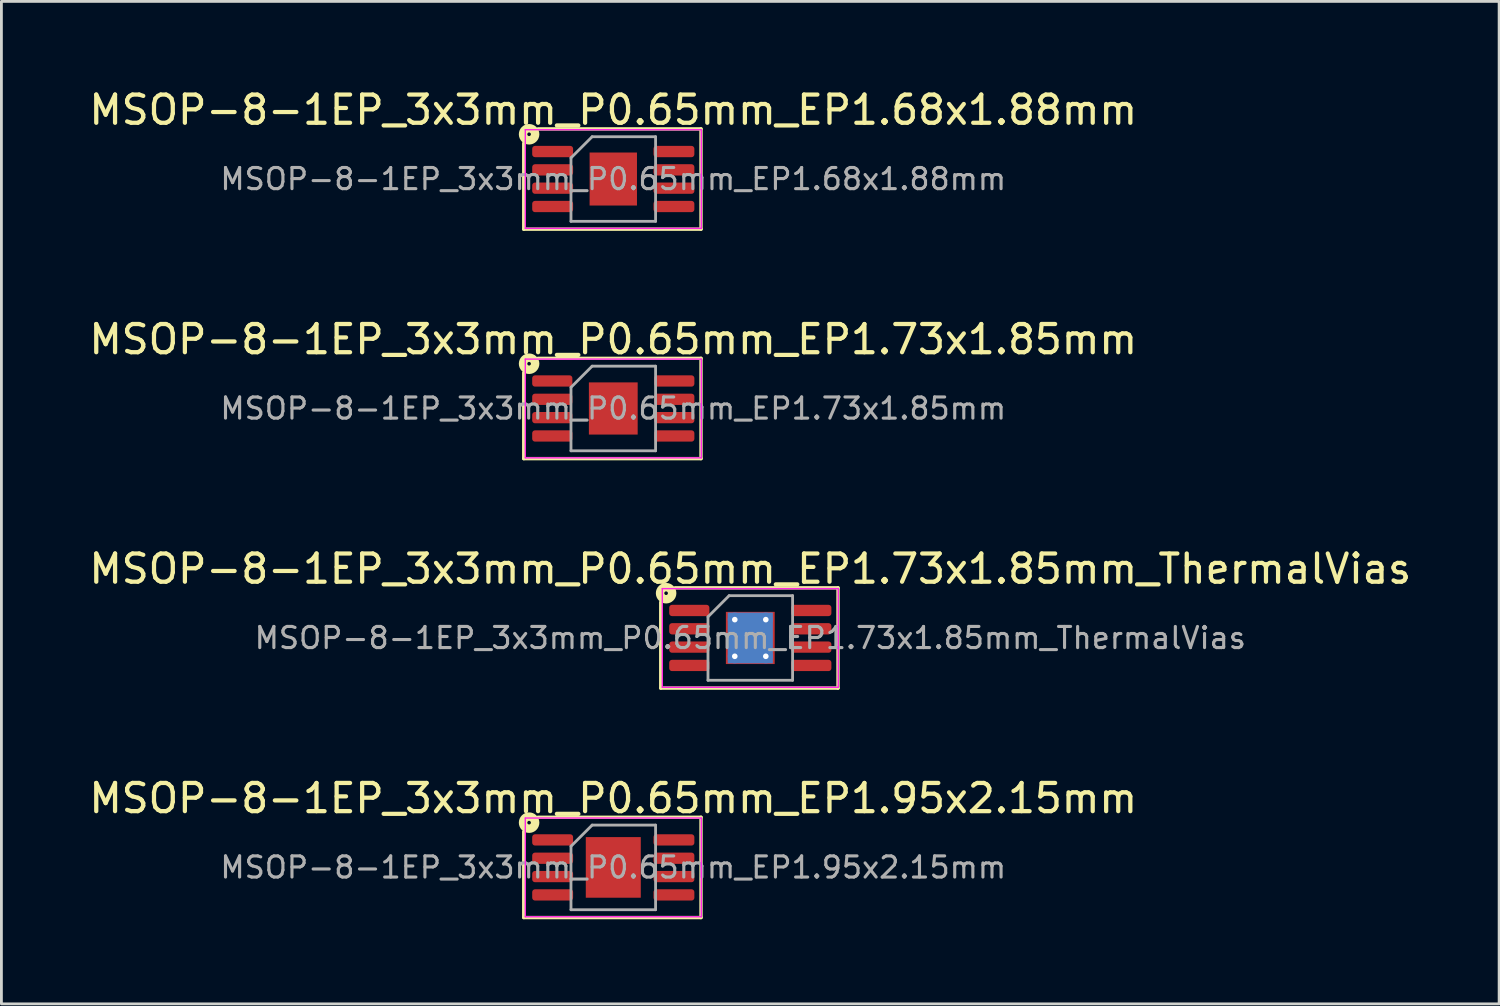
<source format=kicad_pcb>
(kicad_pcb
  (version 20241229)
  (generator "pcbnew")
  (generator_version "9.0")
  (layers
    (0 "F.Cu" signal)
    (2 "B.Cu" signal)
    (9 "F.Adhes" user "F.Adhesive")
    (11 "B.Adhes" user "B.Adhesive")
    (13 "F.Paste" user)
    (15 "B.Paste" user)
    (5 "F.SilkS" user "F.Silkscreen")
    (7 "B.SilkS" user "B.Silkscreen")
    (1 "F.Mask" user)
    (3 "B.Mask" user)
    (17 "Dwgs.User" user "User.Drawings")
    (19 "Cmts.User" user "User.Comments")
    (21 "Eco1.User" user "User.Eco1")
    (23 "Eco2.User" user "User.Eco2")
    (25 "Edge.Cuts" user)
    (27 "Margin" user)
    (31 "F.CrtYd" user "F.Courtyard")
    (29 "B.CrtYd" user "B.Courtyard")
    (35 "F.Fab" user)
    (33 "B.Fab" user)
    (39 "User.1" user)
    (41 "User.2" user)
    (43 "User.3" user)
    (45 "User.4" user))
  (footprint "MSOP-8-1EP_3x3mm_P0.65mm_EP1.95x2.15mm"
    (layer "F.Cu")
    (at 18.696 27.707)
    (property "Reference" "MSOP-8-1EP_3x3mm_P0.65mm_EP1.95x2.15mm" (at 0 -2.45 0) (layer "F.SilkS") (effects (font (size 1 1) (thickness 0.15))))
    (attr smd)
    (fp_line (start -3.175 1.778) (end -3.175 -1.27) (stroke (width 0.12) (type solid)) (layer "F.SilkS"))
    (fp_line (start -2.667 -1.778) (end 3.111 -1.778) (stroke (width 0.12) (type solid)) (layer "F.SilkS"))
    (fp_line (start 3.111 -1.778) (end 3.111 1.778) (stroke (width 0.12) (type solid)) (layer "F.SilkS"))
    (fp_line (start 3.111 1.778) (end -3.175 1.778) (stroke (width 0.12) (type solid)) (layer "F.SilkS"))
    (fp_circle (center -2.985 -1.587) (end -2.921 -1.587) (stroke (width 0.3) (type solid)) (fill no) (layer "F.SilkS"))
    (fp_line (start -3.12 -1.75) (end -3.12 1.75) (stroke (width 0.05) (type solid)) (layer "F.CrtYd"))
    (fp_line (start -3.12 1.75) (end 3.12 1.75) (stroke (width 0.05) (type solid)) (layer "F.CrtYd"))
    (fp_line (start 3.12 -1.75) (end -3.12 -1.75) (stroke (width 0.05) (type solid)) (layer "F.CrtYd"))
    (fp_line (start 3.12 1.75) (end 3.12 -1.75) (stroke (width 0.05) (type solid)) (layer "F.CrtYd"))
    (fp_line (start -1.5 -0.75) (end -0.75 -1.5) (stroke (width 0.1) (type solid)) (layer "F.Fab"))
    (fp_line (start -1.5 1.5) (end -1.5 -0.75) (stroke (width 0.1) (type solid)) (layer "F.Fab"))
    (fp_line (start -0.75 -1.5) (end 1.5 -1.5) (stroke (width 0.1) (type solid)) (layer "F.Fab"))
    (fp_line (start 1.5 -1.5) (end 1.5 1.5) (stroke (width 0.1) (type solid)) (layer "F.Fab"))
    (fp_line (start 1.5 1.5) (end -1.5 1.5) (stroke (width 0.1) (type solid)) (layer "F.Fab"))
    (fp_text user "${REFERENCE}" (at 0 0 0) (layer "F.Fab") (effects (font (size 0.75 0.75) (thickness 0.11))))
    (pad "" smd roundrect (at -0.49 -0.54) (size 0.79 0.87) (layers "F.Paste") (roundrect_rratio 0.25))
    (pad "" smd roundrect (at -0.49 0.54) (size 0.79 0.87) (layers "F.Paste") (roundrect_rratio 0.25))
    (pad "" smd roundrect (at 0.49 -0.54) (size 0.79 0.87) (layers "F.Paste") (roundrect_rratio 0.25))
    (pad "" smd roundrect (at 0.49 0.54) (size 0.79 0.87) (layers "F.Paste") (roundrect_rratio 0.25))
    (pad "1" smd roundrect (at -2.15 -0.975) (size 1.45 0.4) (layers "F.Cu" "F.Mask" "F.Paste") (roundrect_rratio 0.25))
    (pad "2" smd roundrect (at -2.15 -0.325) (size 1.45 0.4) (layers "F.Cu" "F.Mask" "F.Paste") (roundrect_rratio 0.25))
    (pad "3" smd roundrect (at -2.15 0.325) (size 1.45 0.4) (layers "F.Cu" "F.Mask" "F.Paste") (roundrect_rratio 0.25))
    (pad "4" smd roundrect (at -2.15 0.975) (size 1.45 0.4) (layers "F.Cu" "F.Mask" "F.Paste") (roundrect_rratio 0.25))
    (pad "5" smd roundrect (at 2.15 0.975) (size 1.45 0.4) (layers "F.Cu" "F.Mask" "F.Paste") (roundrect_rratio 0.25))
    (pad "6" smd roundrect (at 2.15 0.325) (size 1.45 0.4) (layers "F.Cu" "F.Mask" "F.Paste") (roundrect_rratio 0.25))
    (pad "7" smd roundrect (at 2.15 -0.325) (size 1.45 0.4) (layers "F.Cu" "F.Mask" "F.Paste") (roundrect_rratio 0.25))
    (pad "8" smd roundrect (at 2.15 -0.975) (size 1.45 0.4) (layers "F.Cu" "F.Mask" "F.Paste") (roundrect_rratio 0.25))
    (pad "9" smd rect (at 0 0) (size 1.95 2.15) (layers "F.Cu" "F.Mask")))
  (footprint "MSOP-8-1EP_3x3mm_P0.65mm_EP1.73x1.85mm_ThermalVias"
    (layer "F.Cu")
    (at 23.554 19.571)
    (property "Reference" "MSOP-8-1EP_3x3mm_P0.65mm_EP1.73x1.85mm_ThermalVias" (at 0 -2.45 0) (layer "F.SilkS") (effects (font (size 1 1) (thickness 0.15))))
    (attr smd)
    (fp_line (start -3.175 1.778) (end -3.175 -1.27) (stroke (width 0.12) (type solid)) (layer "F.SilkS"))
    (fp_line (start -2.667 -1.778) (end 3.111 -1.778) (stroke (width 0.12) (type solid)) (layer "F.SilkS"))
    (fp_line (start 3.111 -1.778) (end 3.111 1.778) (stroke (width 0.12) (type solid)) (layer "F.SilkS"))
    (fp_line (start 3.111 1.778) (end -3.175 1.778) (stroke (width 0.12) (type solid)) (layer "F.SilkS"))
    (fp_circle (center -2.985 -1.587) (end -2.921 -1.587) (stroke (width 0.3) (type solid)) (fill no) (layer "F.SilkS"))
    (fp_line (start -3.12 -1.75) (end -3.12 1.75) (stroke (width 0.05) (type solid)) (layer "F.CrtYd"))
    (fp_line (start -3.12 1.75) (end 3.12 1.75) (stroke (width 0.05) (type solid)) (layer "F.CrtYd"))
    (fp_line (start 3.12 -1.75) (end -3.12 -1.75) (stroke (width 0.05) (type solid)) (layer "F.CrtYd"))
    (fp_line (start 3.12 1.75) (end 3.12 -1.75) (stroke (width 0.05) (type solid)) (layer "F.CrtYd"))
    (fp_line (start -1.5 -0.75) (end -0.75 -1.5) (stroke (width 0.1) (type solid)) (layer "F.Fab"))
    (fp_line (start -1.5 1.5) (end -1.5 -0.75) (stroke (width 0.1) (type solid)) (layer "F.Fab"))
    (fp_line (start -0.75 -1.5) (end 1.5 -1.5) (stroke (width 0.1) (type solid)) (layer "F.Fab"))
    (fp_line (start 1.5 -1.5) (end 1.5 1.5) (stroke (width 0.1) (type solid)) (layer "F.Fab"))
    (fp_line (start 1.5 1.5) (end -1.5 1.5) (stroke (width 0.1) (type solid)) (layer "F.Fab"))
    (fp_text user "${REFERENCE}" (at 0 0 0) (layer "F.Fab") (effects (font (size 0.75 0.75) (thickness 0.11))))
    (pad "" smd roundrect (at -0.43 -0.46) (size 0.72 0.77) (layers "F.Paste") (roundrect_rratio 0.25))
    (pad "" smd roundrect (at -0.43 0.46) (size 0.72 0.77) (layers "F.Paste") (roundrect_rratio 0.25))
    (pad "" smd roundrect (at 0.43 -0.46) (size 0.72 0.77) (layers "F.Paste") (roundrect_rratio 0.25))
    (pad "" smd roundrect (at 0.43 0.46) (size 0.72 0.77) (layers "F.Paste") (roundrect_rratio 0.25))
    (pad "1" smd roundrect (at -2.163 -0.975) (size 1.425 0.4) (layers "F.Cu" "F.Mask" "F.Paste") (roundrect_rratio 0.25))
    (pad "2" smd roundrect (at -2.163 -0.325) (size 1.425 0.4) (layers "F.Cu" "F.Mask" "F.Paste") (roundrect_rratio 0.25))
    (pad "3" smd roundrect (at -2.163 0.325) (size 1.425 0.4) (layers "F.Cu" "F.Mask" "F.Paste") (roundrect_rratio 0.25))
    (pad "4" smd roundrect (at -2.163 0.975) (size 1.425 0.4) (layers "F.Cu" "F.Mask" "F.Paste") (roundrect_rratio 0.25))
    (pad "5" smd roundrect (at 2.163 0.975) (size 1.425 0.4) (layers "F.Cu" "F.Mask" "F.Paste") (roundrect_rratio 0.25))
    (pad "6" smd roundrect (at 2.163 0.325) (size 1.425 0.4) (layers "F.Cu" "F.Mask" "F.Paste") (roundrect_rratio 0.25))
    (pad "7" smd roundrect (at 2.163 -0.325) (size 1.425 0.4) (layers "F.Cu" "F.Mask" "F.Paste") (roundrect_rratio 0.25))
    (pad "8" smd roundrect (at 2.163 -0.975) (size 1.425 0.4) (layers "F.Cu" "F.Mask" "F.Paste") (roundrect_rratio 0.25))
    (pad "9" thru_hole circle (at -0.55 -0.65) (size 0.5 0.5) (drill 0.2) (layers "*.Cu"))
    (pad "9" thru_hole circle (at -0.55 0.65) (size 0.5 0.5) (drill 0.2) (layers "*.Cu"))
    (pad "9" smd rect (at 0 0) (size 1.6 1.8) (layers "B.Cu" "B.Mask"))
    (pad "9" smd rect (at 0 0) (size 1.73 1.85) (layers "F.Cu" "F.Mask"))
    (pad "9" thru_hole circle (at 0.55 -0.65) (size 0.5 0.5) (drill 0.2) (layers "*.Cu"))
    (pad "9" thru_hole circle (at 0.55 0.65) (size 0.5 0.5) (drill 0.2) (layers "*.Cu")))
  (footprint "MSOP-8-1EP_3x3mm_P0.65mm_EP1.73x1.85mm"
    (layer "F.Cu")
    (at 18.696 11.434)
    (property "Reference" "MSOP-8-1EP_3x3mm_P0.65mm_EP1.73x1.85mm" (at 0 -2.45 0) (layer "F.SilkS") (effects (font (size 1 1) (thickness 0.15))))
    (attr smd)
    (fp_line (start -3.175 1.778) (end -3.175 -1.27) (stroke (width 0.12) (type solid)) (layer "F.SilkS"))
    (fp_line (start -2.667 -1.778) (end 3.111 -1.778) (stroke (width 0.12) (type solid)) (layer "F.SilkS"))
    (fp_line (start 3.111 -1.778) (end 3.111 1.778) (stroke (width 0.12) (type solid)) (layer "F.SilkS"))
    (fp_line (start 3.111 1.778) (end -3.175 1.778) (stroke (width 0.12) (type solid)) (layer "F.SilkS"))
    (fp_circle (center -2.985 -1.587) (end -2.921 -1.587) (stroke (width 0.3) (type solid)) (fill no) (layer "F.SilkS"))
    (fp_line (start -3.12 -1.75) (end -3.12 1.75) (stroke (width 0.05) (type solid)) (layer "F.CrtYd"))
    (fp_line (start -3.12 1.75) (end 3.12 1.75) (stroke (width 0.05) (type solid)) (layer "F.CrtYd"))
    (fp_line (start 3.12 -1.75) (end -3.12 -1.75) (stroke (width 0.05) (type solid)) (layer "F.CrtYd"))
    (fp_line (start 3.12 1.75) (end 3.12 -1.75) (stroke (width 0.05) (type solid)) (layer "F.CrtYd"))
    (fp_line (start -1.5 -0.75) (end -0.75 -1.5) (stroke (width 0.1) (type solid)) (layer "F.Fab"))
    (fp_line (start -1.5 1.5) (end -1.5 -0.75) (stroke (width 0.1) (type solid)) (layer "F.Fab"))
    (fp_line (start -0.75 -1.5) (end 1.5 -1.5) (stroke (width 0.1) (type solid)) (layer "F.Fab"))
    (fp_line (start 1.5 -1.5) (end 1.5 1.5) (stroke (width 0.1) (type solid)) (layer "F.Fab"))
    (fp_line (start 1.5 1.5) (end -1.5 1.5) (stroke (width 0.1) (type solid)) (layer "F.Fab"))
    (fp_text user "${REFERENCE}" (at 0 0 0) (layer "F.Fab") (effects (font (size 0.75 0.75) (thickness 0.11))))
    (pad "" smd roundrect (at -0.43 -0.46) (size 0.7 0.75) (layers "F.Paste") (roundrect_rratio 0.25))
    (pad "" smd roundrect (at -0.43 0.46) (size 0.7 0.75) (layers "F.Paste") (roundrect_rratio 0.25))
    (pad "" smd roundrect (at 0.43 -0.46) (size 0.7 0.75) (layers "F.Paste") (roundrect_rratio 0.25))
    (pad "" smd roundrect (at 0.43 0.46) (size 0.7 0.75) (layers "F.Paste") (roundrect_rratio 0.25))
    (pad "1" smd roundrect (at -2.163 -0.975) (size 1.425 0.4) (layers "F.Cu" "F.Mask" "F.Paste") (roundrect_rratio 0.25))
    (pad "2" smd roundrect (at -2.163 -0.325) (size 1.425 0.4) (layers "F.Cu" "F.Mask" "F.Paste") (roundrect_rratio 0.25))
    (pad "3" smd roundrect (at -2.163 0.325) (size 1.425 0.4) (layers "F.Cu" "F.Mask" "F.Paste") (roundrect_rratio 0.25))
    (pad "4" smd roundrect (at -2.163 0.975) (size 1.425 0.4) (layers "F.Cu" "F.Mask" "F.Paste") (roundrect_rratio 0.25))
    (pad "5" smd roundrect (at 2.163 0.975) (size 1.425 0.4) (layers "F.Cu" "F.Mask" "F.Paste") (roundrect_rratio 0.25))
    (pad "6" smd roundrect (at 2.163 0.325) (size 1.425 0.4) (layers "F.Cu" "F.Mask" "F.Paste") (roundrect_rratio 0.25))
    (pad "7" smd roundrect (at 2.163 -0.325) (size 1.425 0.4) (layers "F.Cu" "F.Mask" "F.Paste") (roundrect_rratio 0.25))
    (pad "8" smd roundrect (at 2.163 -0.975) (size 1.425 0.4) (layers "F.Cu" "F.Mask" "F.Paste") (roundrect_rratio 0.25))
    (pad "9" smd rect (at 0 0) (size 1.73 1.85) (layers "F.Cu" "F.Mask")))
  (footprint "MSOP-8-1EP_3x3mm_P0.65mm_EP1.68x1.88mm"
    (layer "F.Cu")
    (at 18.696 3.298)
    (property "Reference" "MSOP-8-1EP_3x3mm_P0.65mm_EP1.68x1.88mm" (at 0 -2.45 0) (layer "F.SilkS") (effects (font (size 1 1) (thickness 0.15))))
    (attr smd)
    (fp_line (start -3.175 1.778) (end -3.175 -1.27) (stroke (width 0.12) (type solid)) (layer "F.SilkS"))
    (fp_line (start -2.667 -1.778) (end 3.111 -1.778) (stroke (width 0.12) (type solid)) (layer "F.SilkS"))
    (fp_line (start 3.111 -1.778) (end 3.111 1.778) (stroke (width 0.12) (type solid)) (layer "F.SilkS"))
    (fp_line (start 3.111 1.778) (end -3.175 1.778) (stroke (width 0.12) (type solid)) (layer "F.SilkS"))
    (fp_circle (center -2.985 -1.587) (end -2.921 -1.587) (stroke (width 0.3) (type solid)) (fill no) (layer "F.SilkS"))
    (fp_line (start -3.12 -1.75) (end -3.12 1.75) (stroke (width 0.05) (type solid)) (layer "F.CrtYd"))
    (fp_line (start -3.12 1.75) (end 3.12 1.75) (stroke (width 0.05) (type solid)) (layer "F.CrtYd"))
    (fp_line (start 3.12 -1.75) (end -3.12 -1.75) (stroke (width 0.05) (type solid)) (layer "F.CrtYd"))
    (fp_line (start 3.12 1.75) (end 3.12 -1.75) (stroke (width 0.05) (type solid)) (layer "F.CrtYd"))
    (fp_line (start -1.5 -0.75) (end -0.75 -1.5) (stroke (width 0.1) (type solid)) (layer "F.Fab"))
    (fp_line (start -1.5 1.5) (end -1.5 -0.75) (stroke (width 0.1) (type solid)) (layer "F.Fab"))
    (fp_line (start -0.75 -1.5) (end 1.5 -1.5) (stroke (width 0.1) (type solid)) (layer "F.Fab"))
    (fp_line (start 1.5 -1.5) (end 1.5 1.5) (stroke (width 0.1) (type solid)) (layer "F.Fab"))
    (fp_line (start 1.5 1.5) (end -1.5 1.5) (stroke (width 0.1) (type solid)) (layer "F.Fab"))
    (fp_text user "${REFERENCE}" (at 0 0 0) (layer "F.Fab") (effects (font (size 0.75 0.75) (thickness 0.11))))
    (pad "" smd roundrect (at -0.42 -0.47) (size 0.68 0.76) (layers "F.Paste") (roundrect_rratio 0.25))
    (pad "" smd roundrect (at -0.42 0.47) (size 0.68 0.76) (layers "F.Paste") (roundrect_rratio 0.25))
    (pad "" smd roundrect (at 0.42 -0.47) (size 0.68 0.76) (layers "F.Paste") (roundrect_rratio 0.25))
    (pad "" smd roundrect (at 0.42 0.47) (size 0.68 0.76) (layers "F.Paste") (roundrect_rratio 0.25))
    (pad "1" smd roundrect (at -2.15 -0.975) (size 1.45 0.4) (layers "F.Cu" "F.Mask" "F.Paste") (roundrect_rratio 0.25))
    (pad "2" smd roundrect (at -2.15 -0.325) (size 1.45 0.4) (layers "F.Cu" "F.Mask" "F.Paste") (roundrect_rratio 0.25))
    (pad "3" smd roundrect (at -2.15 0.325) (size 1.45 0.4) (layers "F.Cu" "F.Mask" "F.Paste") (roundrect_rratio 0.25))
    (pad "4" smd roundrect (at -2.15 0.975) (size 1.45 0.4) (layers "F.Cu" "F.Mask" "F.Paste") (roundrect_rratio 0.25))
    (pad "5" smd roundrect (at 2.15 0.975) (size 1.45 0.4) (layers "F.Cu" "F.Mask" "F.Paste") (roundrect_rratio 0.25))
    (pad "6" smd roundrect (at 2.15 0.325) (size 1.45 0.4) (layers "F.Cu" "F.Mask" "F.Paste") (roundrect_rratio 0.25))
    (pad "7" smd roundrect (at 2.15 -0.325) (size 1.45 0.4) (layers "F.Cu" "F.Mask" "F.Paste") (roundrect_rratio 0.25))
    (pad "8" smd roundrect (at 2.15 -0.975) (size 1.45 0.4) (layers "F.Cu" "F.Mask" "F.Paste") (roundrect_rratio 0.25))
    (pad "9" smd rect (at 0 0) (size 1.68 1.88) (layers "F.Cu" "F.Mask")))
  (gr_rect
    (start -3 -3)
    (end 50.107 32.545)
    (stroke (width 0.1) (type default))
    (fill no)
    (layer "Edge.Cuts")))
</source>
